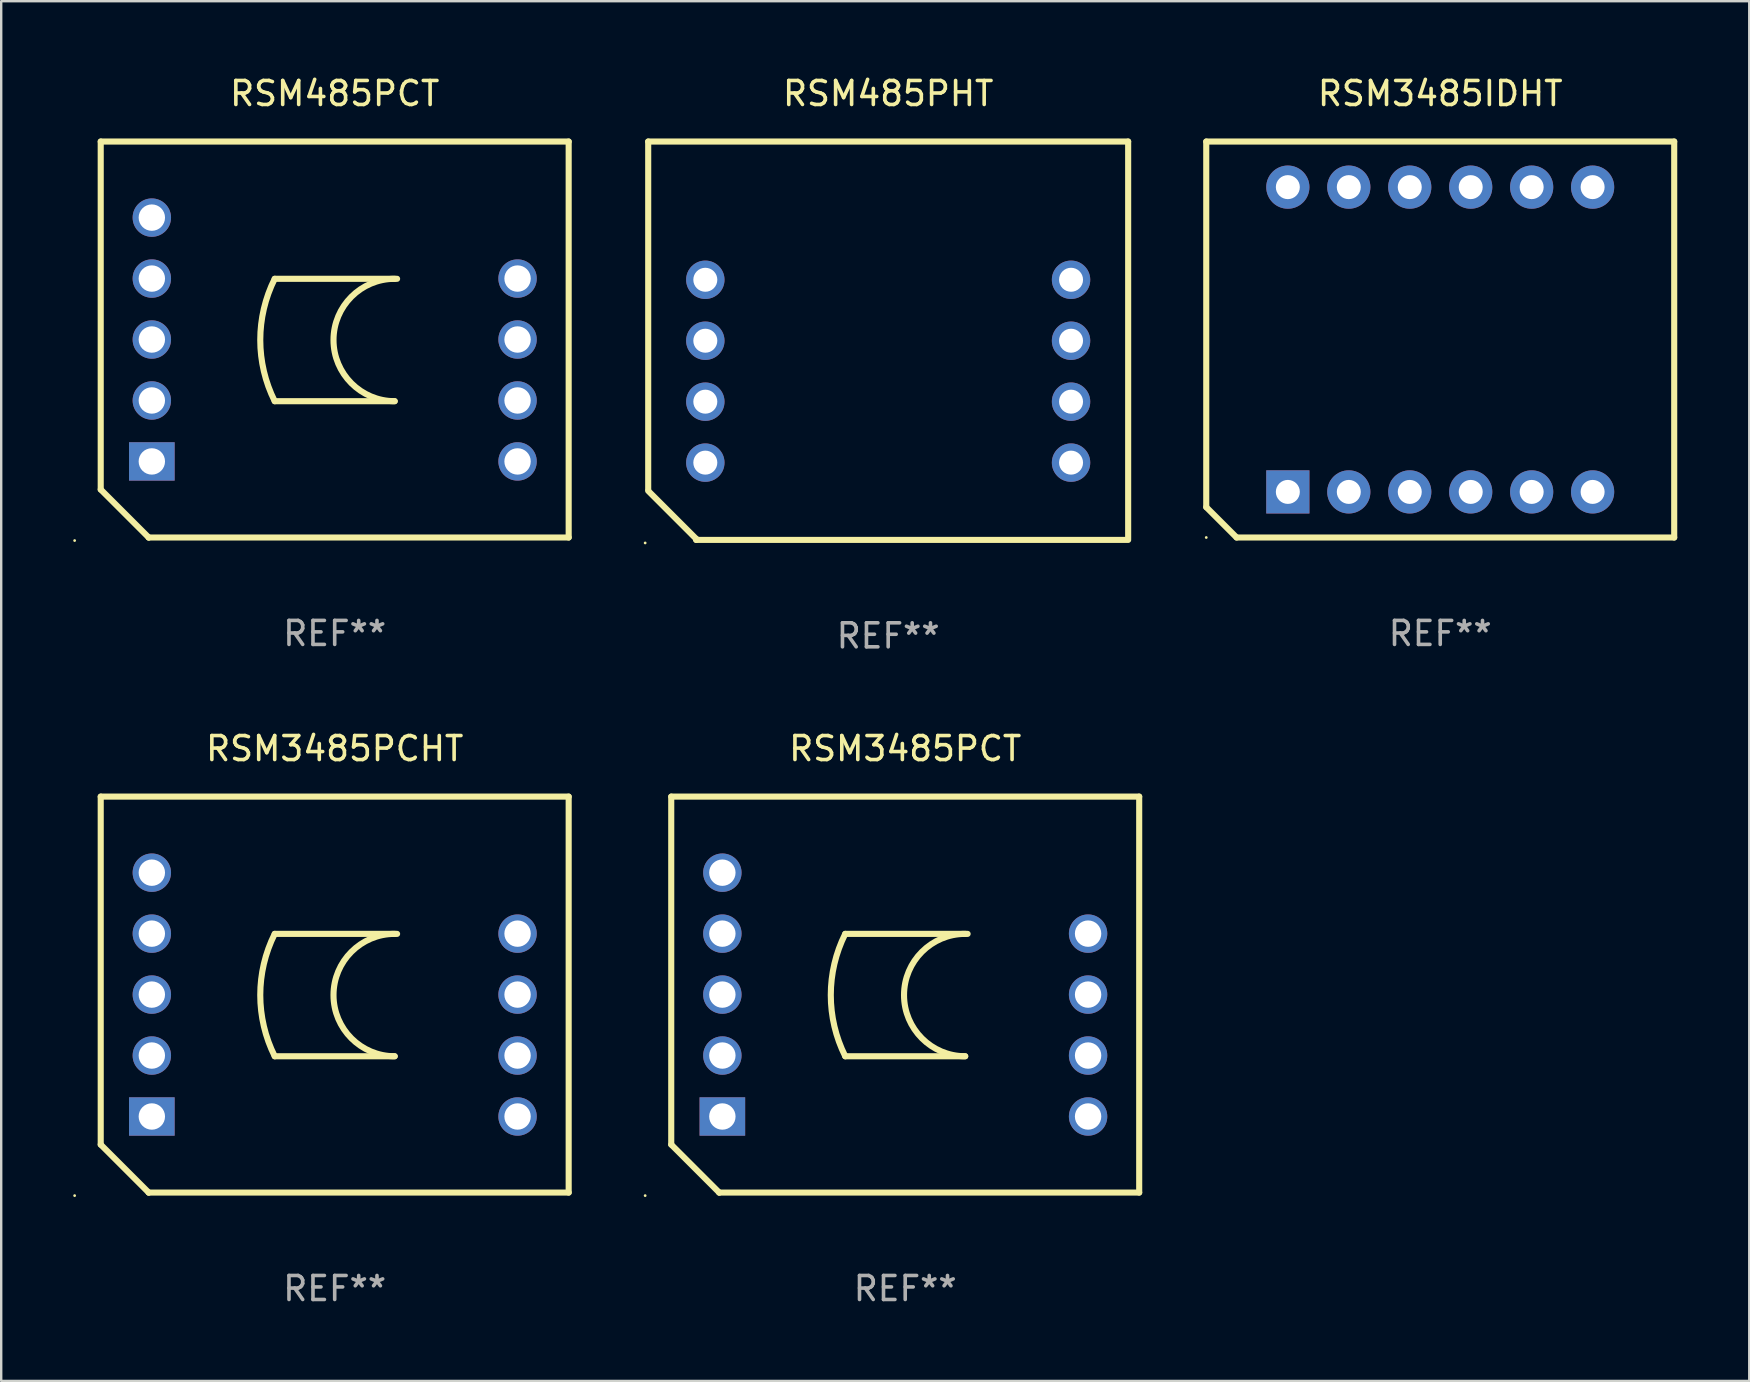
<source format=kicad_pcb>
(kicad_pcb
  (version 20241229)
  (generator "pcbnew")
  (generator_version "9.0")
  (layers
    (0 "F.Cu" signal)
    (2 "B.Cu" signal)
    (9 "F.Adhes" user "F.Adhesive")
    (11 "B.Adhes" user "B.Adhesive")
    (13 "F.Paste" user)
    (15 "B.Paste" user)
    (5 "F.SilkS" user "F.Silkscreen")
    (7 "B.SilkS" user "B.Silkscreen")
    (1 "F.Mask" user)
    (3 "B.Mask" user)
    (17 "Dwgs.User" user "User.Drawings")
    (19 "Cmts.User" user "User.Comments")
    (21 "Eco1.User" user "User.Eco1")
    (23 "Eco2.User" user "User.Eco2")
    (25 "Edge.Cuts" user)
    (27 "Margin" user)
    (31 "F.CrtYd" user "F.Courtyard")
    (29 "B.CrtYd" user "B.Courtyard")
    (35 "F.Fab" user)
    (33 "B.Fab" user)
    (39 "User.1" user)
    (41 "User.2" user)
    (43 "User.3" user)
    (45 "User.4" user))
  (footprint "RSM3485PCHT"
    (layer "F.Cu")
    (at 10.897 38.395)
    (property "Reference" "RSM3485PCHT" (at 0 -10.25 0) (layer "F.SilkS") (effects (font (size 1 1) (thickness 0.15))))
    (attr through_hole)
    (fp_line (start -9.75 -8.25) (end -9.75 6.25) (stroke (width 0.254) (type solid)) (layer "F.SilkS"))
    (fp_line (start -9.75 -8.25) (end 9.75 -8.25) (stroke (width 0.254) (type solid)) (layer "F.SilkS"))
    (fp_line (start -7.75 8.25) (end -9.75 6.25) (stroke (width 0.254) (type solid)) (layer "F.SilkS"))
    (fp_line (start -7.75 8.25) (end -7.75 8.25) (stroke (width 0.254) (type solid)) (layer "F.SilkS"))
    (fp_line (start -7.75 8.25) (end 9.75 8.25) (stroke (width 0.254) (type solid)) (layer "F.SilkS"))
    (fp_line (start -2.5 -2.53) (end 2.6 -2.53) (stroke (width 0.254) (type solid)) (layer "F.SilkS"))
    (fp_line (start -2.5 2.57) (end 2.5 2.57) (stroke (width 0.254) (type solid)) (layer "F.SilkS"))
    (fp_line (start 9.75 -8.25) (end 9.75 8.25) (stroke (width 0.254) (type solid)) (layer "F.SilkS"))
    (fp_arc (start -2.499365 2.570486) (mid -3.101612 0.020319) (end -2.5 -2.529997) (stroke (width 0.254001) (type solid)) (layer "F.SilkS"))
    (fp_arc (start 2.5 2.570003) (mid -0.049276 0.019761) (end 2.500636 -2.529845) (stroke (width 0.254001) (type solid)) (layer "F.SilkS"))
    (fp_circle (center -10.837 8.377) (end -10.807 8.377) (stroke (width 0.06) (type solid)) (fill no) (layer "F.SilkS"))
    (fp_text user "REF**" (at 0 12.25 0) (layer "F.Fab") (effects (font (size 1 1) (thickness 0.15))))
    (pad "1" thru_hole rect (at -7.62 5.08) (size 1.9 1.6) (drill 1.1) (layers "*.Cu" "*.Mask"))
    (pad "2" thru_hole circle (at -7.62 2.54) (size 1.6 1.6) (drill 1.1) (layers "*.Cu" "*.Mask"))
    (pad "3" thru_hole circle (at -7.62 0) (size 1.6 1.6) (drill 1.1) (layers "*.Cu" "*.Mask"))
    (pad "4" thru_hole circle (at -7.62 -2.54) (size 1.6 1.6) (drill 1.1) (layers "*.Cu" "*.Mask"))
    (pad "5" thru_hole circle (at -7.62 -5.08) (size 1.6 1.6) (drill 1.1) (layers "*.Cu" "*.Mask"))
    (pad "7" thru_hole circle (at 7.62 -2.54) (size 1.6 1.6) (drill 1.1) (layers "*.Cu" "*.Mask"))
    (pad "8" thru_hole circle (at 7.62 0) (size 1.6 1.6) (drill 1.1) (layers "*.Cu" "*.Mask"))
    (pad "9" thru_hole circle (at 7.62 2.54) (size 1.6 1.6) (drill 1.1) (layers "*.Cu" "*.Mask"))
    (pad "10" thru_hole circle (at 7.62 5.08) (size 1.6 1.6) (drill 1.1) (layers "*.Cu" "*.Mask")))
  (footprint "RSM485PHT"
    (layer "F.Cu")
    (at 33.961 11.148)
    (property "Reference" "RSM485PHT" (at 0 -10.3 0) (layer "F.SilkS") (effects (font (size 1 1) (thickness 0.15))))
    (attr through_hole)
    (fp_line (start -10 -8.3) (end -10 6.2) (stroke (width 0.254) (type solid)) (layer "F.SilkS"))
    (fp_line (start -10 -8.3) (end 10 -8.3) (stroke (width 0.254) (type solid)) (layer "F.SilkS"))
    (fp_line (start -8 8.257) (end -10 6.257) (stroke (width 0.254) (type solid)) (layer "F.SilkS"))
    (fp_line (start -8 8.3) (end -8 8.257) (stroke (width 0.254) (type solid)) (layer "F.SilkS"))
    (fp_line (start -8 8.3) (end 10 8.3) (stroke (width 0.254) (type solid)) (layer "F.SilkS"))
    (fp_line (start 10 -8.3) (end 10 8.24) (stroke (width 0.254) (type solid)) (layer "F.SilkS"))
    (fp_circle (center -10.127 8.427) (end -10.097 8.427) (stroke (width 0.06) (type solid)) (fill no) (layer "F.SilkS"))
    (fp_text user "REF**" (at 0 12.3 0) (layer "F.Fab") (effects (font (size 1 1) (thickness 0.15))))
    (pad "1" thru_hole circle (at -7.62 5.08) (size 1.6 1.6) (drill 1) (layers "*.Cu" "*.Mask"))
    (pad "2" thru_hole circle (at -7.62 2.54) (size 1.6 1.6) (drill 1) (layers "*.Cu" "*.Mask"))
    (pad "3" thru_hole circle (at -7.62 0) (size 1.6 1.6) (drill 1) (layers "*.Cu" "*.Mask"))
    (pad "4" thru_hole circle (at -7.62 -2.54) (size 1.6 1.6) (drill 1) (layers "*.Cu" "*.Mask"))
    (pad "7" thru_hole circle (at 7.62 -2.54) (size 1.6 1.6) (drill 1) (layers "*.Cu" "*.Mask"))
    (pad "8" thru_hole circle (at 7.62 0) (size 1.6 1.6) (drill 1) (layers "*.Cu" "*.Mask"))
    (pad "9" thru_hole circle (at 7.62 2.54) (size 1.6 1.6) (drill 1) (layers "*.Cu" "*.Mask"))
    (pad "10" thru_hole circle (at 7.62 5.08) (size 1.6 1.6) (drill 1) (layers "*.Cu" "*.Mask")))
  (footprint "RSM3485IDHT"
    (layer "F.Cu")
    (at 56.965 11.098)
    (property "Reference" "RSM3485IDHT" (at 0 -10.25 0) (layer "F.SilkS") (effects (font (size 1 1) (thickness 0.15))))
    (attr through_hole)
    (fp_line (start -9.75 -8.25) (end 9.75 -8.25) (stroke (width 0.254) (type solid)) (layer "F.SilkS"))
    (fp_line (start -9.75 6.985) (end -9.75 -8.25) (stroke (width 0.254) (type solid)) (layer "F.SilkS"))
    (fp_line (start -8.485 8.25) (end -9.75 6.985) (stroke (width 0.254) (type solid)) (layer "F.SilkS"))
    (fp_line (start 9.75 8.25) (end -8.485 8.25) (stroke (width 0.254) (type solid)) (layer "F.SilkS"))
    (fp_line (start 9.75 8.25) (end 9.75 -8.25) (stroke (width 0.254) (type solid)) (layer "F.SilkS"))
    (fp_circle (center -9.75 8.25) (end -9.72 8.25) (stroke (width 0.06) (type solid)) (fill no) (layer "F.SilkS"))
    (fp_text user "REF**" (at 0 12.25 0) (layer "F.Fab") (effects (font (size 1 1) (thickness 0.15))))
    (pad "1" thru_hole rect (at -6.35 6.35) (size 1.8 1.8) (drill 1) (layers "*.Cu" "*.Mask"))
    (pad "2" thru_hole circle (at -3.81 6.35) (size 1.8 1.8) (drill 1) (layers "*.Cu" "*.Mask"))
    (pad "3" thru_hole circle (at -1.27 6.35) (size 1.8 1.8) (drill 1) (layers "*.Cu" "*.Mask"))
    (pad "4" thru_hole circle (at 1.27 6.35) (size 1.8 1.8) (drill 1) (layers "*.Cu" "*.Mask"))
    (pad "5" thru_hole circle (at 3.81 6.35) (size 1.8 1.8) (drill 1) (layers "*.Cu" "*.Mask"))
    (pad "6" thru_hole circle (at 6.35 6.35) (size 1.8 1.8) (drill 1) (layers "*.Cu" "*.Mask"))
    (pad "7" thru_hole circle (at 6.35 -6.35) (size 1.8 1.8) (drill 1) (layers "*.Cu" "*.Mask"))
    (pad "8" thru_hole circle (at 3.81 -6.35) (size 1.8 1.8) (drill 1) (layers "*.Cu" "*.Mask"))
    (pad "9" thru_hole circle (at 1.27 -6.35) (size 1.8 1.8) (drill 1) (layers "*.Cu" "*.Mask"))
    (pad "10" thru_hole circle (at -1.27 -6.35) (size 1.8 1.8) (drill 1) (layers "*.Cu" "*.Mask"))
    (pad "11" thru_hole circle (at -3.81 -6.35) (size 1.8 1.8) (drill 1) (layers "*.Cu" "*.Mask"))
    (pad "12" thru_hole circle (at -6.35 -6.35) (size 1.8 1.8) (drill 1) (layers "*.Cu" "*.Mask")))
  (footprint "RSM3485PCT"
    (layer "F.Cu")
    (at 34.671 38.395)
    (property "Reference" "RSM3485PCT" (at 0 -10.25 0) (layer "F.SilkS") (effects (font (size 1 1) (thickness 0.15))))
    (attr through_hole)
    (fp_line (start -9.75 -8.25) (end -9.75 6.25) (stroke (width 0.254) (type solid)) (layer "F.SilkS"))
    (fp_line (start -9.75 -8.25) (end 9.75 -8.25) (stroke (width 0.254) (type solid)) (layer "F.SilkS"))
    (fp_line (start -7.75 8.25) (end -9.75 6.25) (stroke (width 0.254) (type solid)) (layer "F.SilkS"))
    (fp_line (start -7.75 8.25) (end -7.75 8.25) (stroke (width 0.254) (type solid)) (layer "F.SilkS"))
    (fp_line (start -7.75 8.25) (end 9.75 8.25) (stroke (width 0.254) (type solid)) (layer "F.SilkS"))
    (fp_line (start -2.5 -2.53) (end 2.6 -2.53) (stroke (width 0.254) (type solid)) (layer "F.SilkS"))
    (fp_line (start -2.5 2.57) (end 2.5 2.57) (stroke (width 0.254) (type solid)) (layer "F.SilkS"))
    (fp_line (start 9.75 -8.25) (end 9.75 8.25) (stroke (width 0.254) (type solid)) (layer "F.SilkS"))
    (fp_arc (start -2.499365 2.570486) (mid -3.101612 0.020319) (end -2.5 -2.529997) (stroke (width 0.254001) (type solid)) (layer "F.SilkS"))
    (fp_arc (start 2.5 2.570003) (mid -0.049276 0.019761) (end 2.500636 -2.529845) (stroke (width 0.254001) (type solid)) (layer "F.SilkS"))
    (fp_circle (center -10.837 8.377) (end -10.807 8.377) (stroke (width 0.06) (type solid)) (fill no) (layer "F.SilkS"))
    (fp_text user "REF**" (at 0 12.25 0) (layer "F.Fab") (effects (font (size 1 1) (thickness 0.15))))
    (pad "1" thru_hole rect (at -7.62 5.08) (size 1.9 1.6) (drill 1.1) (layers "*.Cu" "*.Mask"))
    (pad "2" thru_hole circle (at -7.62 2.54) (size 1.6 1.6) (drill 1.1) (layers "*.Cu" "*.Mask"))
    (pad "3" thru_hole circle (at -7.62 0) (size 1.6 1.6) (drill 1.1) (layers "*.Cu" "*.Mask"))
    (pad "4" thru_hole circle (at -7.62 -2.54) (size 1.6 1.6) (drill 1.1) (layers "*.Cu" "*.Mask"))
    (pad "5" thru_hole circle (at -7.62 -5.08) (size 1.6 1.6) (drill 1.1) (layers "*.Cu" "*.Mask"))
    (pad "7" thru_hole circle (at 7.62 -2.54) (size 1.6 1.6) (drill 1.1) (layers "*.Cu" "*.Mask"))
    (pad "8" thru_hole circle (at 7.62 0) (size 1.6 1.6) (drill 1.1) (layers "*.Cu" "*.Mask"))
    (pad "9" thru_hole circle (at 7.62 2.54) (size 1.6 1.6) (drill 1.1) (layers "*.Cu" "*.Mask"))
    (pad "10" thru_hole circle (at 7.62 5.08) (size 1.6 1.6) (drill 1.1) (layers "*.Cu" "*.Mask")))
  (footprint "RSM485PCT"
    (layer "F.Cu")
    (at 10.897 11.098)
    (property "Reference" "RSM485PCT" (at 0 -10.25 0) (layer "F.SilkS") (effects (font (size 1 1) (thickness 0.15))))
    (attr through_hole)
    (fp_line (start -9.75 -8.25) (end -9.75 6.25) (stroke (width 0.254) (type solid)) (layer "F.SilkS"))
    (fp_line (start -9.75 -8.25) (end 9.75 -8.25) (stroke (width 0.254) (type solid)) (layer "F.SilkS"))
    (fp_line (start -7.75 8.25) (end -9.75 6.25) (stroke (width 0.254) (type solid)) (layer "F.SilkS"))
    (fp_line (start -7.75 8.25) (end -7.75 8.25) (stroke (width 0.254) (type solid)) (layer "F.SilkS"))
    (fp_line (start -7.75 8.25) (end 9.75 8.25) (stroke (width 0.254) (type solid)) (layer "F.SilkS"))
    (fp_line (start -2.5 -2.53) (end 2.6 -2.53) (stroke (width 0.254) (type solid)) (layer "F.SilkS"))
    (fp_line (start -2.5 2.57) (end 2.5 2.57) (stroke (width 0.254) (type solid)) (layer "F.SilkS"))
    (fp_line (start 9.75 -8.25) (end 9.75 8.25) (stroke (width 0.254) (type solid)) (layer "F.SilkS"))
    (fp_arc (start -2.499365 2.570486) (mid -3.101612 0.020319) (end -2.5 -2.529997) (stroke (width 0.254001) (type solid)) (layer "F.SilkS"))
    (fp_arc (start 2.5 2.570003) (mid -0.049276 0.019761) (end 2.500636 -2.529845) (stroke (width 0.254001) (type solid)) (layer "F.SilkS"))
    (fp_circle (center -10.837 8.377) (end -10.807 8.377) (stroke (width 0.06) (type solid)) (fill no) (layer "F.SilkS"))
    (fp_text user "REF**" (at 0 12.25 0) (layer "F.Fab") (effects (font (size 1 1) (thickness 0.15))))
    (pad "1" thru_hole rect (at -7.62 5.08) (size 1.9 1.6) (drill 1.1) (layers "*.Cu" "*.Mask"))
    (pad "2" thru_hole circle (at -7.62 2.54) (size 1.6 1.6) (drill 1.1) (layers "*.Cu" "*.Mask"))
    (pad "3" thru_hole circle (at -7.62 0) (size 1.6 1.6) (drill 1.1) (layers "*.Cu" "*.Mask"))
    (pad "4" thru_hole circle (at -7.62 -2.54) (size 1.6 1.6) (drill 1.1) (layers "*.Cu" "*.Mask"))
    (pad "5" thru_hole circle (at -7.62 -5.08) (size 1.6 1.6) (drill 1.1) (layers "*.Cu" "*.Mask"))
    (pad "7" thru_hole circle (at 7.62 -2.54) (size 1.6 1.6) (drill 1.1) (layers "*.Cu" "*.Mask"))
    (pad "8" thru_hole circle (at 7.62 0) (size 1.6 1.6) (drill 1.1) (layers "*.Cu" "*.Mask"))
    (pad "9" thru_hole circle (at 7.62 2.54) (size 1.6 1.6) (drill 1.1) (layers "*.Cu" "*.Mask"))
    (pad "10" thru_hole circle (at 7.62 5.08) (size 1.6 1.6) (drill 1.1) (layers "*.Cu" "*.Mask")))
  (gr_rect
    (start -3 -3)
    (end 69.842 54.493)
    (stroke (width 0.1) (type default))
    (fill no)
    (layer "Edge.Cuts")))
</source>
